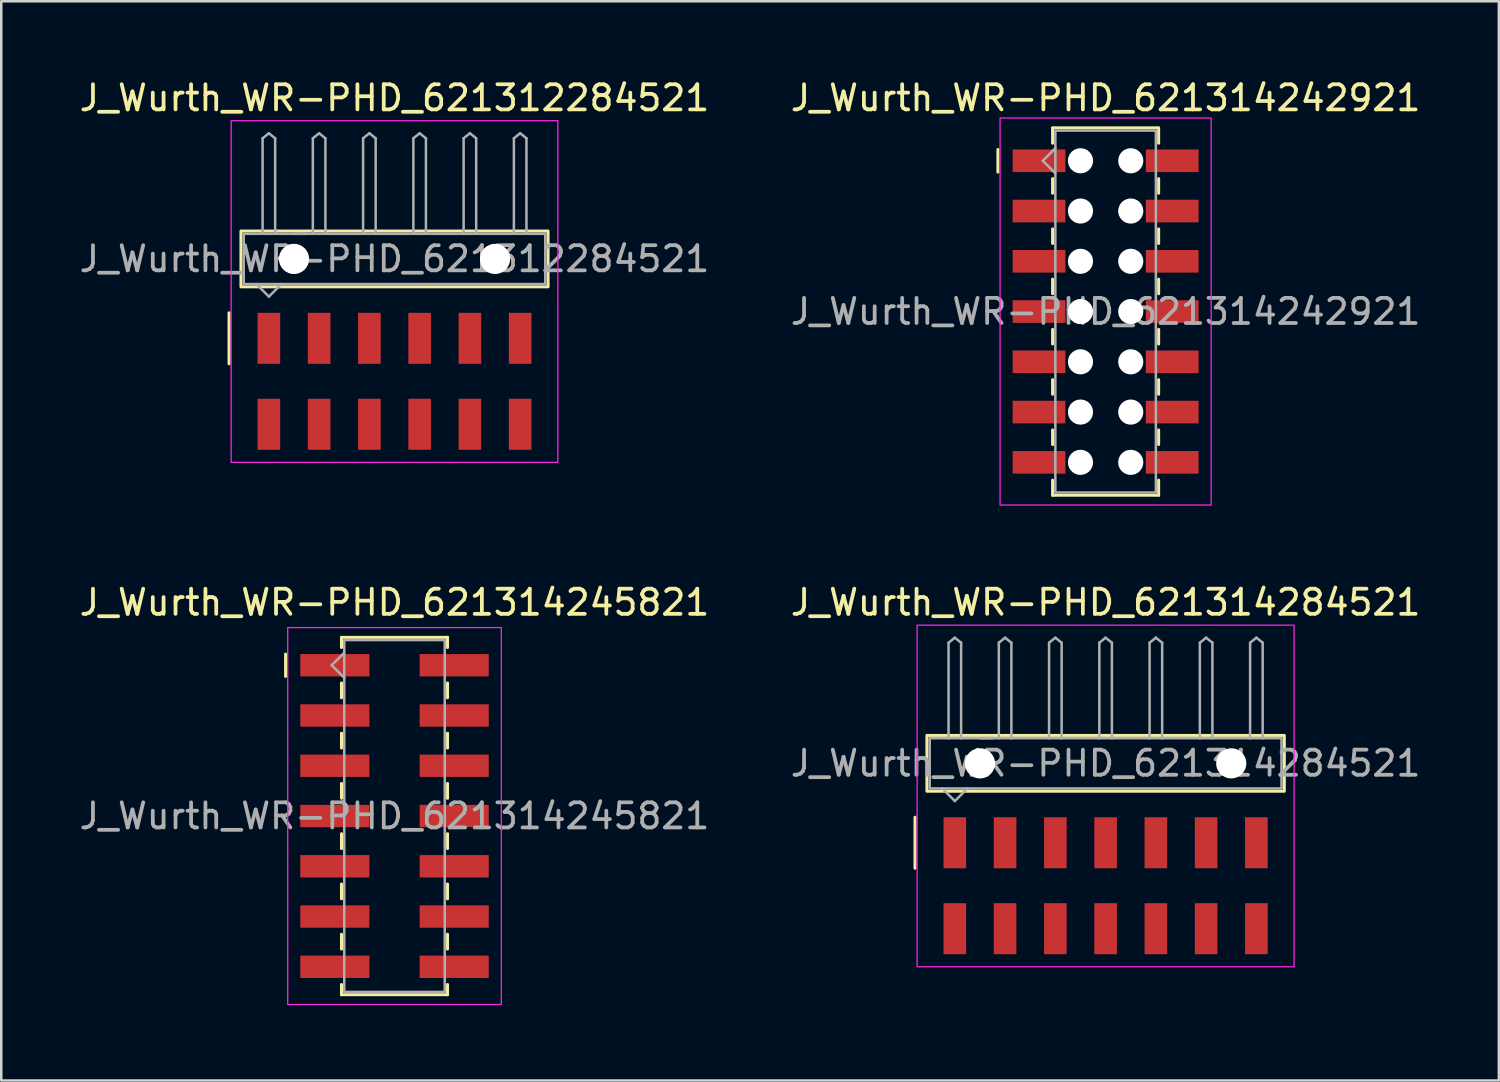
<source format=kicad_pcb>
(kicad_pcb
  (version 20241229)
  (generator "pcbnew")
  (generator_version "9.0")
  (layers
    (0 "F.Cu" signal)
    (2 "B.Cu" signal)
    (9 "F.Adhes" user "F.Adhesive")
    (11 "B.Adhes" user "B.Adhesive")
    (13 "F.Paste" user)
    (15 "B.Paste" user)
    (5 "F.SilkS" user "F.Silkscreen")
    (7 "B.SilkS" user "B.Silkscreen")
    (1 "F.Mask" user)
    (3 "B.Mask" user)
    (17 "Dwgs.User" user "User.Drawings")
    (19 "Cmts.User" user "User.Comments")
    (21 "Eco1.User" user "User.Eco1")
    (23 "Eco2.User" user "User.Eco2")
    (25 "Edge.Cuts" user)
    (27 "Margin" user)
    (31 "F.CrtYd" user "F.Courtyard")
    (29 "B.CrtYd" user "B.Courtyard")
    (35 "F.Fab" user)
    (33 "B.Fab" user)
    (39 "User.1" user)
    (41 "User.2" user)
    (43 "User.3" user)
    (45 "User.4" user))
  (footprint "J_Wurth_WR-PHD_621314242921"
    (layer "F.Cu")
    (at 40.946 9.348)
    (property "Reference" "J_Wurth_WR-PHD_621314242921" (at 0 -8.5 0) (unlocked yes) (layer "F.SilkS") (effects (font (size 1 1) (thickness 0.15))))
    (attr smd)
    (fp_line (start -4.285 -6.45) (end -4.285 -5.55) (stroke (width 0.12) (type solid)) (layer "F.SilkS"))
    (fp_line (start -2.11 -7.31) (end 2.11 -7.31) (stroke (width 0.12) (type solid)) (layer "F.SilkS"))
    (fp_line (start -2.11 -6.7) (end -2.11 -7.3) (stroke (width 0.12) (type solid)) (layer "F.SilkS"))
    (fp_line (start -2.11 -5.29) (end -2.11 -4.71) (stroke (width 0.12) (type solid)) (layer "F.SilkS"))
    (fp_line (start -2.11 -3.29) (end -2.11 -2.71) (stroke (width 0.12) (type solid)) (layer "F.SilkS"))
    (fp_line (start -2.11 -1.29) (end -2.11 -0.71) (stroke (width 0.12) (type solid)) (layer "F.SilkS"))
    (fp_line (start -2.11 0.71) (end -2.11 1.29) (stroke (width 0.12) (type solid)) (layer "F.SilkS"))
    (fp_line (start -2.11 2.71) (end -2.11 3.29) (stroke (width 0.12) (type solid)) (layer "F.SilkS"))
    (fp_line (start -2.11 4.71) (end -2.11 5.29) (stroke (width 0.12) (type solid)) (layer "F.SilkS"))
    (fp_line (start -2.11 6.71) (end -2.11 7.31) (stroke (width 0.12) (type solid)) (layer "F.SilkS"))
    (fp_line (start 2.11 -6.7) (end 2.11 -7.3) (stroke (width 0.12) (type solid)) (layer "F.SilkS"))
    (fp_line (start 2.11 -5.29) (end 2.11 -4.71) (stroke (width 0.12) (type solid)) (layer "F.SilkS"))
    (fp_line (start 2.11 -3.29) (end 2.11 -2.71) (stroke (width 0.12) (type solid)) (layer "F.SilkS"))
    (fp_line (start 2.11 -1.29) (end 2.11 -0.71) (stroke (width 0.12) (type solid)) (layer "F.SilkS"))
    (fp_line (start 2.11 0.71) (end 2.11 1.29) (stroke (width 0.12) (type solid)) (layer "F.SilkS"))
    (fp_line (start 2.11 2.71) (end 2.11 3.29) (stroke (width 0.12) (type solid)) (layer "F.SilkS"))
    (fp_line (start 2.11 4.71) (end 2.11 5.29) (stroke (width 0.12) (type solid)) (layer "F.SilkS"))
    (fp_line (start 2.11 6.71) (end 2.11 7.31) (stroke (width 0.12) (type solid)) (layer "F.SilkS"))
    (fp_line (start 2.11 7.31) (end -2.11 7.31) (stroke (width 0.12) (type solid)) (layer "F.SilkS"))
    (fp_rect (start -4.2 -7.7) (end 4.2 7.7) (stroke (width 0.05) (type solid)) (fill no) (layer "F.CrtYd"))
    (fp_line (start -2.5 -6) (end -2 -5.5) (stroke (width 0.1) (type default)) (layer "F.Fab"))
    (fp_line (start -2 -6.5) (end -2.5 -6) (stroke (width 0.1) (type default)) (layer "F.Fab"))
    (fp_rect (start -2 -7.2) (end 2 7.2) (stroke (width 0.1) (type solid)) (fill no) (layer "F.Fab"))
    (fp_text user "${REFERENCE}" (at 0 0 0) (unlocked yes) (layer "F.Fab") (effects (font (size 1 1) (thickness 0.15))))
    (pad "" np_thru_hole circle (at -1 -6 270) (size 1 1) (drill 1) (layers "*.Cu" "*.Mask"))
    (pad "" np_thru_hole circle (at -1 -4 270) (size 1 1) (drill 1) (layers "*.Cu" "*.Mask"))
    (pad "" np_thru_hole circle (at -1 -2 270) (size 1 1) (drill 1) (layers "*.Cu" "*.Mask"))
    (pad "" np_thru_hole circle (at -1 0 270) (size 1 1) (drill 1) (layers "*.Cu" "*.Mask"))
    (pad "" np_thru_hole circle (at -1 2 270) (size 1 1) (drill 1) (layers "*.Cu" "*.Mask"))
    (pad "" np_thru_hole circle (at -1 4 270) (size 1 1) (drill 1) (layers "*.Cu" "*.Mask"))
    (pad "" np_thru_hole circle (at -1 6 270) (size 1 1) (drill 1) (layers "*.Cu" "*.Mask"))
    (pad "" np_thru_hole circle (at 1 -6 270) (size 1 1) (drill 1) (layers "*.Cu" "*.Mask"))
    (pad "" np_thru_hole circle (at 1 -4 270) (size 1 1) (drill 1) (layers "*.Cu" "*.Mask"))
    (pad "" np_thru_hole circle (at 1 -2 270) (size 1 1) (drill 1) (layers "*.Cu" "*.Mask"))
    (pad "" np_thru_hole circle (at 1 0 270) (size 1 1) (drill 1) (layers "*.Cu" "*.Mask"))
    (pad "" np_thru_hole circle (at 1 2 270) (size 1 1) (drill 1) (layers "*.Cu" "*.Mask"))
    (pad "" np_thru_hole circle (at 1 4 270) (size 1 1) (drill 1) (layers "*.Cu" "*.Mask"))
    (pad "" np_thru_hole circle (at 1 6 270) (size 1 1) (drill 1) (layers "*.Cu" "*.Mask"))
    (pad "1" smd rect (at -2.65 -6 270) (size 0.9 2.1) (layers "F.Cu" "F.Mask" "F.Paste"))
    (pad "2" smd rect (at 2.65 -6 270) (size 0.9 2.1) (layers "F.Cu" "F.Mask" "F.Paste"))
    (pad "3" smd rect (at -2.65 -4 270) (size 0.9 2.1) (layers "F.Cu" "F.Mask" "F.Paste"))
    (pad "4" smd rect (at 2.65 -4 270) (size 0.9 2.1) (layers "F.Cu" "F.Mask" "F.Paste"))
    (pad "5" smd rect (at -2.65 -2 270) (size 0.9 2.1) (layers "F.Cu" "F.Mask" "F.Paste"))
    (pad "6" smd rect (at 2.65 -2 270) (size 0.9 2.1) (layers "F.Cu" "F.Mask" "F.Paste"))
    (pad "7" smd rect (at -2.65 0 270) (size 0.9 2.1) (layers "F.Cu" "F.Mask" "F.Paste"))
    (pad "8" smd rect (at 2.65 0 270) (size 0.9 2.1) (layers "F.Cu" "F.Mask" "F.Paste"))
    (pad "9" smd rect (at -2.65 2 270) (size 0.9 2.1) (layers "F.Cu" "F.Mask" "F.Paste"))
    (pad "10" smd rect (at 2.65 2 270) (size 0.9 2.1) (layers "F.Cu" "F.Mask" "F.Paste"))
    (pad "11" smd rect (at -2.65 4 270) (size 0.9 2.1) (layers "F.Cu" "F.Mask" "F.Paste"))
    (pad "12" smd rect (at 2.65 4 270) (size 0.9 2.1) (layers "F.Cu" "F.Mask" "F.Paste"))
    (pad "13" smd rect (at -2.65 6 270) (size 0.9 2.1) (layers "F.Cu" "F.Mask" "F.Paste"))
    (pad "14" smd rect (at 2.65 6 270) (size 0.9 2.1) (layers "F.Cu" "F.Mask" "F.Paste")))
  (footprint "J_Wurth_WR-PHD_621312284521"
    (layer "F.Cu")
    (at 12.649 7.253)
    (property "Reference" "J_Wurth_WR-PHD_621312284521" (at 0 -6.405 0) (unlocked yes) (layer "F.SilkS") (effects (font (size 1 1) (thickness 0.15))))
    (attr smd)
    (fp_line (start -6.585 4.175) (end -6.585 2.145) (stroke (width 0.12) (type solid)) (layer "F.SilkS"))
    (fp_rect (start -6.11 -1.11) (end 6.11 1.11) (stroke (width 0.12) (type solid)) (fill no) (layer "F.SilkS"))
    (fp_rect (start -6.5 -5.5) (end 6.5 8.095) (stroke (width 0.05) (type solid)) (fill no) (layer "F.CrtYd"))
    (fp_line (start -5.25 -4.8) (end -5.25 -1) (stroke (width 0.1) (type solid)) (layer "F.Fab"))
    (fp_line (start -5 -5) (end -5.25 -4.8) (stroke (width 0.1) (type default)) (layer "F.Fab"))
    (fp_line (start -5 1.5) (end -5.5 1) (stroke (width 0.1) (type default)) (layer "F.Fab"))
    (fp_line (start -5 1.5) (end -4.5 1) (stroke (width 0.1) (type default)) (layer "F.Fab"))
    (fp_line (start -4.75 -4.8) (end -5 -5) (stroke (width 0.1) (type default)) (layer "F.Fab"))
    (fp_line (start -4.75 -1) (end -4.75 -4.8) (stroke (width 0.1) (type solid)) (layer "F.Fab"))
    (fp_line (start -4 -1) (end -3.5 -1) (stroke (width 0.1) (type default)) (layer "F.Fab"))
    (fp_line (start -3.25 -4.8) (end -3 -5) (stroke (width 0.1) (type default)) (layer "F.Fab"))
    (fp_line (start -3.25 -1) (end -3.25 -4.8) (stroke (width 0.1) (type solid)) (layer "F.Fab"))
    (fp_line (start -3 -5) (end -2.75 -4.8) (stroke (width 0.1) (type default)) (layer "F.Fab"))
    (fp_line (start -2.75 -4.8) (end -2.75 -1) (stroke (width 0.1) (type solid)) (layer "F.Fab"))
    (fp_line (start -1.25 -4.8) (end -1 -5) (stroke (width 0.1) (type default)) (layer "F.Fab"))
    (fp_line (start -1.25 -1) (end -1.25 -4.8) (stroke (width 0.1) (type solid)) (layer "F.Fab"))
    (fp_line (start -1 -5) (end -0.75 -4.8) (stroke (width 0.1) (type default)) (layer "F.Fab"))
    (fp_line (start -0.75 -4.8) (end -0.75 -1) (stroke (width 0.1) (type solid)) (layer "F.Fab"))
    (fp_line (start 0.75 -4.8) (end 1 -5) (stroke (width 0.1) (type default)) (layer "F.Fab"))
    (fp_line (start 0.75 -1) (end 0.75 -4.8) (stroke (width 0.1) (type solid)) (layer "F.Fab"))
    (fp_line (start 1 -5) (end 1.25 -4.8) (stroke (width 0.1) (type default)) (layer "F.Fab"))
    (fp_line (start 1.25 -4.8) (end 1.25 -1) (stroke (width 0.1) (type solid)) (layer "F.Fab"))
    (fp_line (start 2.75 -4.8) (end 3 -5) (stroke (width 0.1) (type default)) (layer "F.Fab"))
    (fp_line (start 2.75 -1) (end 2.75 -4.8) (stroke (width 0.1) (type solid)) (layer "F.Fab"))
    (fp_line (start 3 -5) (end 3.25 -4.8) (stroke (width 0.1) (type default)) (layer "F.Fab"))
    (fp_line (start 3.25 -4.8) (end 3.25 -1) (stroke (width 0.1) (type solid)) (layer "F.Fab"))
    (fp_line (start 4.75 -4.8) (end 5 -5) (stroke (width 0.1) (type default)) (layer "F.Fab"))
    (fp_line (start 4.75 -1) (end 4.75 -4.8) (stroke (width 0.1) (type solid)) (layer "F.Fab"))
    (fp_line (start 5 -5) (end 5.25 -4.8) (stroke (width 0.1) (type default)) (layer "F.Fab"))
    (fp_line (start 5.25 -4.8) (end 5.25 -1) (stroke (width 0.1) (type solid)) (layer "F.Fab"))
    (fp_rect (start -6 -1) (end 6 1) (stroke (width 0.1) (type solid)) (fill no) (layer "F.Fab"))
    (fp_text user "${REFERENCE}" (at 0 0 0) (unlocked yes) (layer "F.Fab") (effects (font (size 1 1) (thickness 0.15))))
    (pad "" np_thru_hole circle (at -4 0 180) (size 1.2 1.2) (drill 1.2) (layers "*.Cu" "*.Mask"))
    (pad "" np_thru_hole circle (at 4 0 180) (size 1.2 1.2) (drill 1.2) (layers "*.Cu" "*.Mask"))
    (pad "1" smd rect (at -5 3.16 180) (size 0.9 2.03) (layers "F.Cu" "F.Mask" "F.Paste"))
    (pad "2" smd rect (at -5 6.58 180) (size 0.9 2.03) (layers "F.Cu" "F.Mask" "F.Paste"))
    (pad "3" smd rect (at -3 3.16 180) (size 0.9 2.03) (layers "F.Cu" "F.Mask" "F.Paste"))
    (pad "4" smd rect (at -3 6.58 180) (size 0.9 2.03) (layers "F.Cu" "F.Mask" "F.Paste"))
    (pad "5" smd rect (at -1 3.16 180) (size 0.9 2.03) (layers "F.Cu" "F.Mask" "F.Paste"))
    (pad "6" smd rect (at -1 6.58 180) (size 0.9 2.03) (layers "F.Cu" "F.Mask" "F.Paste"))
    (pad "7" smd rect (at 1 3.16 180) (size 0.9 2.03) (layers "F.Cu" "F.Mask" "F.Paste"))
    (pad "8" smd rect (at 1 6.58 180) (size 0.9 2.03) (layers "F.Cu" "F.Mask" "F.Paste"))
    (pad "9" smd rect (at 3 3.16 180) (size 0.9 2.03) (layers "F.Cu" "F.Mask" "F.Paste"))
    (pad "10" smd rect (at 3 6.58 180) (size 0.9 2.03) (layers "F.Cu" "F.Mask" "F.Paste"))
    (pad "11" smd rect (at 5 3.16 180) (size 0.9 2.03) (layers "F.Cu" "F.Mask" "F.Paste"))
    (pad "12" smd rect (at 5 6.58 180) (size 0.9 2.03) (layers "F.Cu" "F.Mask" "F.Paste")))
  (footprint "J_Wurth_WR-PHD_621314245821"
    (layer "F.Cu")
    (at 12.649 29.422)
    (property "Reference" "J_Wurth_WR-PHD_621314245821" (at 0 -8.5 0) (unlocked yes) (layer "F.SilkS") (effects (font (size 1 1) (thickness 0.15))))
    (attr smd)
    (fp_line (start -4.335 -6.445) (end -4.335 -5.555) (stroke (width 0.12) (type solid)) (layer "F.SilkS"))
    (fp_line (start -2.11 -7.11) (end -2.11 -6.705) (stroke (width 0.12) (type solid)) (layer "F.SilkS"))
    (fp_line (start -2.11 -5.295) (end -2.11 -4.705) (stroke (width 0.12) (type solid)) (layer "F.SilkS"))
    (fp_line (start -2.11 -3.295) (end -2.11 -2.705) (stroke (width 0.12) (type solid)) (layer "F.SilkS"))
    (fp_line (start -2.11 -1.295) (end -2.11 -0.705) (stroke (width 0.12) (type solid)) (layer "F.SilkS"))
    (fp_line (start -2.11 0.705) (end -2.11 1.295) (stroke (width 0.12) (type solid)) (layer "F.SilkS"))
    (fp_line (start -2.11 2.705) (end -2.11 3.295) (stroke (width 0.12) (type solid)) (layer "F.SilkS"))
    (fp_line (start -2.11 4.705) (end -2.11 5.295) (stroke (width 0.12) (type solid)) (layer "F.SilkS"))
    (fp_line (start -2.11 6.705) (end -2.11 7.11) (stroke (width 0.12) (type solid)) (layer "F.SilkS"))
    (fp_line (start 2.11 -7.11) (end -2.11 -7.11) (stroke (width 0.12) (type solid)) (layer "F.SilkS"))
    (fp_line (start 2.11 -7.11) (end 2.11 -6.705) (stroke (width 0.12) (type solid)) (layer "F.SilkS"))
    (fp_line (start 2.11 -5.295) (end 2.11 -4.705) (stroke (width 0.12) (type solid)) (layer "F.SilkS"))
    (fp_line (start 2.11 -3.295) (end 2.11 -2.705) (stroke (width 0.12) (type solid)) (layer "F.SilkS"))
    (fp_line (start 2.11 -1.295) (end 2.11 -0.705) (stroke (width 0.12) (type solid)) (layer "F.SilkS"))
    (fp_line (start 2.11 0.705) (end 2.11 1.295) (stroke (width 0.12) (type solid)) (layer "F.SilkS"))
    (fp_line (start 2.11 2.705) (end 2.11 3.295) (stroke (width 0.12) (type solid)) (layer "F.SilkS"))
    (fp_line (start 2.11 4.705) (end 2.11 5.295) (stroke (width 0.12) (type solid)) (layer "F.SilkS"))
    (fp_line (start 2.11 6.705) (end 2.11 7.11) (stroke (width 0.12) (type solid)) (layer "F.SilkS"))
    (fp_line (start 2.11 7.11) (end -2.11 7.11) (stroke (width 0.12) (type solid)) (layer "F.SilkS"))
    (fp_rect (start -4.25 -7.5) (end 4.25 7.5) (stroke (width 0.05) (type solid)) (fill no) (layer "F.CrtYd"))
    (fp_line (start -2.5 -6) (end -2 -5.5) (stroke (width 0.1) (type default)) (layer "F.Fab"))
    (fp_line (start -2 -6.5) (end -2.5 -6) (stroke (width 0.1) (type default)) (layer "F.Fab"))
    (fp_rect (start -2 -7) (end 2 7) (stroke (width 0.1) (type solid)) (fill no) (layer "F.Fab"))
    (fp_text user "${REFERENCE}" (at 0 0 0) (unlocked yes) (layer "F.Fab") (effects (font (size 1 1) (thickness 0.15))))
    (pad "1" smd rect (at -2.375 -6 270) (size 0.89 2.75) (layers "F.Cu" "F.Mask" "F.Paste"))
    (pad "2" smd rect (at 2.375 -6 270) (size 0.89 2.75) (layers "F.Cu" "F.Mask" "F.Paste"))
    (pad "3" smd rect (at -2.375 -4 270) (size 0.89 2.75) (layers "F.Cu" "F.Mask" "F.Paste"))
    (pad "4" smd rect (at 2.375 -4 270) (size 0.89 2.75) (layers "F.Cu" "F.Mask" "F.Paste"))
    (pad "5" smd rect (at -2.375 -2 270) (size 0.89 2.75) (layers "F.Cu" "F.Mask" "F.Paste"))
    (pad "6" smd rect (at 2.375 -2 270) (size 0.89 2.75) (layers "F.Cu" "F.Mask" "F.Paste"))
    (pad "7" smd rect (at -2.375 0 270) (size 0.89 2.75) (layers "F.Cu" "F.Mask" "F.Paste"))
    (pad "8" smd rect (at 2.375 0 270) (size 0.89 2.75) (layers "F.Cu" "F.Mask" "F.Paste"))
    (pad "9" smd rect (at -2.375 2 270) (size 0.89 2.75) (layers "F.Cu" "F.Mask" "F.Paste"))
    (pad "10" smd rect (at 2.375 2 270) (size 0.89 2.75) (layers "F.Cu" "F.Mask" "F.Paste"))
    (pad "11" smd rect (at -2.375 4 270) (size 0.89 2.75) (layers "F.Cu" "F.Mask" "F.Paste"))
    (pad "12" smd rect (at 2.375 4 270) (size 0.89 2.75) (layers "F.Cu" "F.Mask" "F.Paste"))
    (pad "13" smd rect (at -2.375 6 270) (size 0.89 2.75) (layers "F.Cu" "F.Mask" "F.Paste"))
    (pad "14" smd rect (at 2.375 6 270) (size 0.89 2.75) (layers "F.Cu" "F.Mask" "F.Paste")))
  (footprint "J_Wurth_WR-PHD_621314284521"
    (layer "F.Cu")
    (at 40.946 27.326)
    (property "Reference" "J_Wurth_WR-PHD_621314284521" (at 0 -6.405 0) (unlocked yes) (layer "F.SilkS") (effects (font (size 1 1) (thickness 0.15))))
    (attr smd)
    (fp_line (start -7.585 4.175) (end -7.585 2.145) (stroke (width 0.12) (type solid)) (layer "F.SilkS"))
    (fp_rect (start -7.11 -1.11) (end 7.11 1.11) (stroke (width 0.12) (type solid)) (fill no) (layer "F.SilkS"))
    (fp_rect (start -7.5 -5.5) (end 7.5 8.095) (stroke (width 0.05) (type solid)) (fill no) (layer "F.CrtYd"))
    (fp_line (start -6.25 -4.8) (end -6.25 -1) (stroke (width 0.1) (type solid)) (layer "F.Fab"))
    (fp_line (start -6 -5) (end -6.25 -4.8) (stroke (width 0.1) (type default)) (layer "F.Fab"))
    (fp_line (start -6 1.5) (end -6.5 1) (stroke (width 0.1) (type default)) (layer "F.Fab"))
    (fp_line (start -6 1.5) (end -5.5 1) (stroke (width 0.1) (type default)) (layer "F.Fab"))
    (fp_line (start -5.75 -4.8) (end -6 -5) (stroke (width 0.1) (type default)) (layer "F.Fab"))
    (fp_line (start -5.75 -1) (end -5.75 -4.8) (stroke (width 0.1) (type solid)) (layer "F.Fab"))
    (fp_line (start -5 -1) (end -4.5 -1) (stroke (width 0.1) (type default)) (layer "F.Fab"))
    (fp_line (start -4.25 -4.8) (end -4 -5) (stroke (width 0.1) (type default)) (layer "F.Fab"))
    (fp_line (start -4.25 -1) (end -4.25 -4.8) (stroke (width 0.1) (type solid)) (layer "F.Fab"))
    (fp_line (start -4 -5) (end -3.75 -4.8) (stroke (width 0.1) (type default)) (layer "F.Fab"))
    (fp_line (start -3.75 -4.8) (end -3.75 -1) (stroke (width 0.1) (type solid)) (layer "F.Fab"))
    (fp_line (start -2.25 -4.8) (end -2 -5) (stroke (width 0.1) (type default)) (layer "F.Fab"))
    (fp_line (start -2.25 -1) (end -2.25 -4.8) (stroke (width 0.1) (type solid)) (layer "F.Fab"))
    (fp_line (start -2 -5) (end -1.75 -4.8) (stroke (width 0.1) (type default)) (layer "F.Fab"))
    (fp_line (start -1.75 -4.8) (end -1.75 -1) (stroke (width 0.1) (type solid)) (layer "F.Fab"))
    (fp_line (start -0.25 -4.8) (end 0 -5) (stroke (width 0.1) (type default)) (layer "F.Fab"))
    (fp_line (start -0.25 -1) (end -0.25 -4.8) (stroke (width 0.1) (type solid)) (layer "F.Fab"))
    (fp_line (start 0 -5) (end 0.25 -4.8) (stroke (width 0.1) (type default)) (layer "F.Fab"))
    (fp_line (start 0.25 -4.8) (end 0.25 -1) (stroke (width 0.1) (type solid)) (layer "F.Fab"))
    (fp_line (start 1.75 -4.8) (end 2 -5) (stroke (width 0.1) (type default)) (layer "F.Fab"))
    (fp_line (start 1.75 -1) (end 1.75 -4.8) (stroke (width 0.1) (type solid)) (layer "F.Fab"))
    (fp_line (start 2 -5) (end 2.25 -4.8) (stroke (width 0.1) (type default)) (layer "F.Fab"))
    (fp_line (start 2.25 -4.8) (end 2.25 -1) (stroke (width 0.1) (type solid)) (layer "F.Fab"))
    (fp_line (start 3.75 -4.8) (end 4 -5) (stroke (width 0.1) (type default)) (layer "F.Fab"))
    (fp_line (start 3.75 -1) (end 3.75 -4.8) (stroke (width 0.1) (type solid)) (layer "F.Fab"))
    (fp_line (start 4 -5) (end 4.25 -4.8) (stroke (width 0.1) (type default)) (layer "F.Fab"))
    (fp_line (start 4.25 -4.8) (end 4.25 -1) (stroke (width 0.1) (type solid)) (layer "F.Fab"))
    (fp_line (start 5.75 -4.8) (end 6 -5) (stroke (width 0.1) (type default)) (layer "F.Fab"))
    (fp_line (start 5.75 -1) (end 5.75 -4.8) (stroke (width 0.1) (type solid)) (layer "F.Fab"))
    (fp_line (start 6 -5) (end 6.25 -4.8) (stroke (width 0.1) (type default)) (layer "F.Fab"))
    (fp_line (start 6.25 -4.8) (end 6.25 -1) (stroke (width 0.1) (type solid)) (layer "F.Fab"))
    (fp_rect (start -7 -1) (end 7 1) (stroke (width 0.1) (type solid)) (fill no) (layer "F.Fab"))
    (fp_text user "${REFERENCE}" (at 0 0 0) (unlocked yes) (layer "F.Fab") (effects (font (size 1 1) (thickness 0.15))))
    (pad "" np_thru_hole circle (at -5 0 180) (size 1.2 1.2) (drill 1.2) (layers "*.Cu" "*.Mask"))
    (pad "" np_thru_hole circle (at 5 0 180) (size 1.2 1.2) (drill 1.2) (layers "*.Cu" "*.Mask"))
    (pad "1" smd rect (at -6 3.16 180) (size 0.9 2.03) (layers "F.Cu" "F.Mask" "F.Paste"))
    (pad "2" smd rect (at -6 6.58 180) (size 0.9 2.03) (layers "F.Cu" "F.Mask" "F.Paste"))
    (pad "3" smd rect (at -4 3.16 180) (size 0.9 2.03) (layers "F.Cu" "F.Mask" "F.Paste"))
    (pad "4" smd rect (at -4 6.58 180) (size 0.9 2.03) (layers "F.Cu" "F.Mask" "F.Paste"))
    (pad "5" smd rect (at -2 3.16 180) (size 0.9 2.03) (layers "F.Cu" "F.Mask" "F.Paste"))
    (pad "6" smd rect (at -2 6.58 180) (size 0.9 2.03) (layers "F.Cu" "F.Mask" "F.Paste"))
    (pad "7" smd rect (at 0 3.16 180) (size 0.9 2.03) (layers "F.Cu" "F.Mask" "F.Paste"))
    (pad "8" smd rect (at 0 6.58 180) (size 0.9 2.03) (layers "F.Cu" "F.Mask" "F.Paste"))
    (pad "9" smd rect (at 2 3.16 180) (size 0.9 2.03) (layers "F.Cu" "F.Mask" "F.Paste"))
    (pad "10" smd rect (at 2 6.58 180) (size 0.9 2.03) (layers "F.Cu" "F.Mask" "F.Paste"))
    (pad "11" smd rect (at 4 3.16 180) (size 0.9 2.03) (layers "F.Cu" "F.Mask" "F.Paste"))
    (pad "12" smd rect (at 4 6.58 180) (size 0.9 2.03) (layers "F.Cu" "F.Mask" "F.Paste"))
    (pad "13" smd rect (at 6 3.16 180) (size 0.9 2.03) (layers "F.Cu" "F.Mask" "F.Paste"))
    (pad "14" smd rect (at 6 6.58 180) (size 0.9 2.03) (layers "F.Cu" "F.Mask" "F.Paste")))
  (gr_rect
    (start -3 -3)
    (end 56.595 39.947)
    (stroke (width 0.1) (type default))
    (fill no)
    (layer "Edge.Cuts")))
</source>
